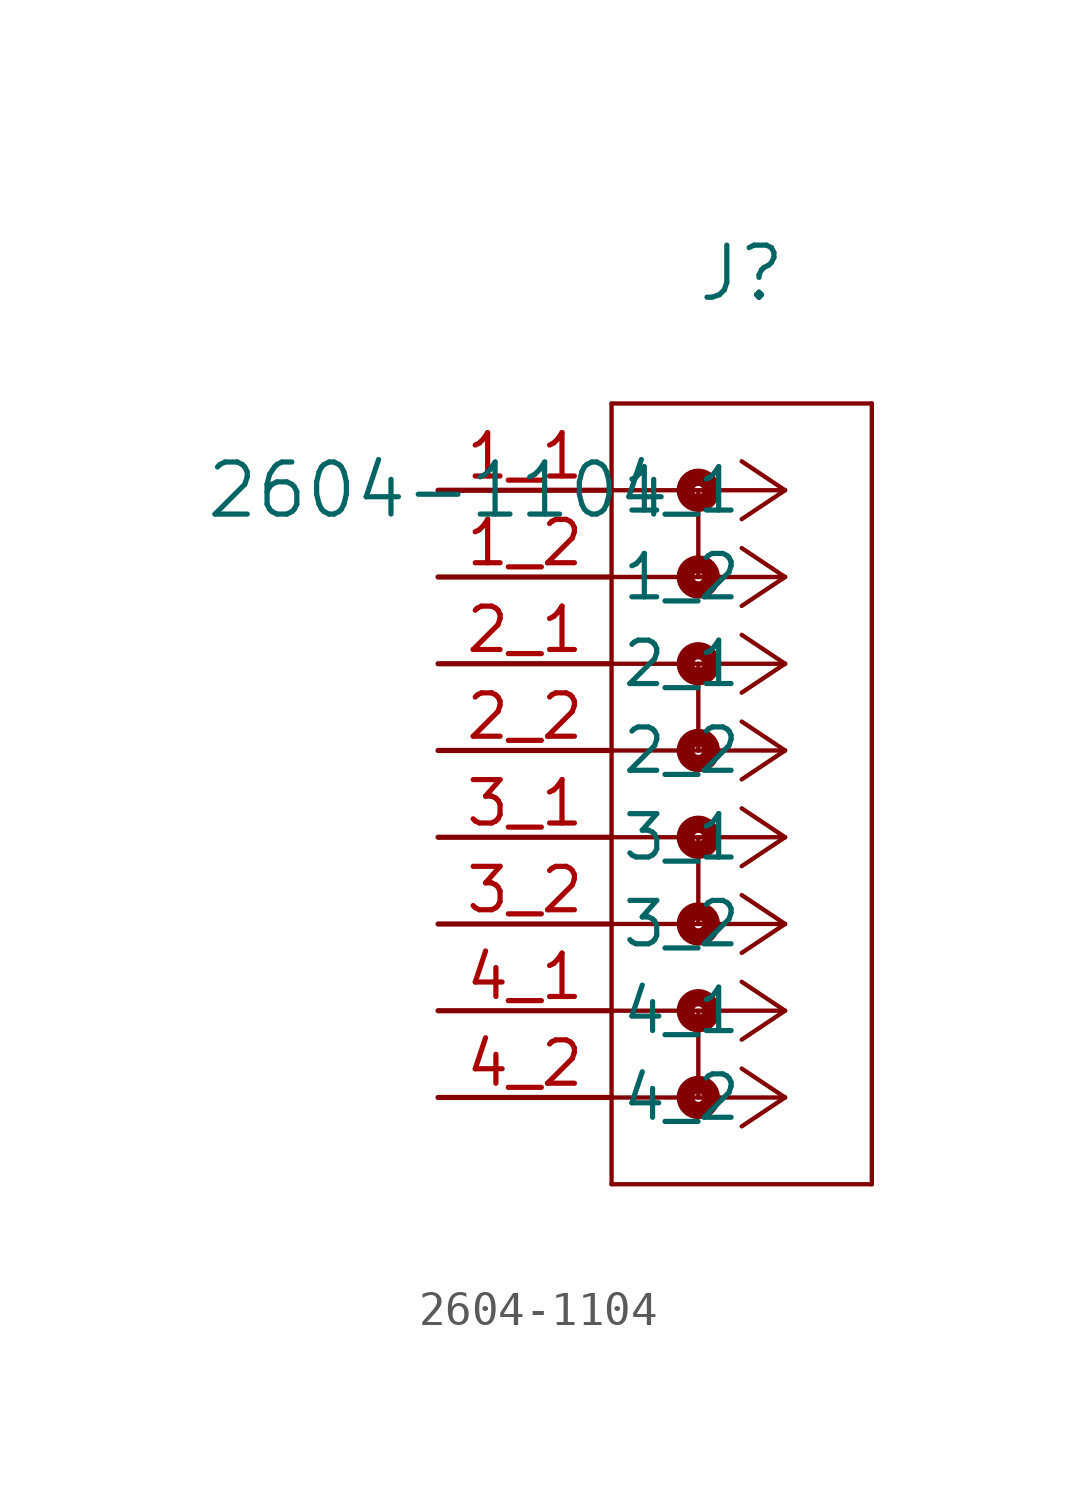
<source format=kicad_sym>
(kicad_symbol_lib
  (version 20211014)
  (generator kicad_symbol_editor)
  (symbol "2604-1104"
    (pin_names
      (offset 0.254))
    (property "Reference" "J"
      (at 8.89 6.35 0)
      (effects (font (size 1.524 1.524))))
    (property "Value" "2604-1104"
      (at 0 0 0)
      (effects (font (size 1.524 1.524))))
    (symbol "2604-1104_0_1"
      (polyline (pts (xy 10.16 0) (xy 5.08 0)) (stroke (width 0.127) (type default) (color 0 0 0 0)) (fill (type none)))
      (polyline (pts (xy 10.16 -2.54) (xy 5.08 -2.54)) (stroke (width 0.127) (type default) (color 0 0 0 0)) (fill (type none)))
      (polyline (pts (xy 10.16 -5.08) (xy 5.08 -5.08)) (stroke (width 0.127) (type default) (color 0 0 0 0)) (fill (type none)))
      (polyline (pts (xy 10.16 -7.62) (xy 5.08 -7.62)) (stroke (width 0.127) (type default) (color 0 0 0 0)) (fill (type none)))
      (polyline (pts (xy 10.16 -10.16) (xy 5.08 -10.16)) (stroke (width 0.127) (type default) (color 0 0 0 0)) (fill (type none)))
      (polyline (pts (xy 10.16 -12.7) (xy 5.08 -12.7)) (stroke (width 0.127) (type default) (color 0 0 0 0)) (fill (type none)))
      (polyline (pts (xy 10.16 -15.24) (xy 5.08 -15.24)) (stroke (width 0.127) (type default) (color 0 0 0 0)) (fill (type none)))
      (polyline (pts (xy 10.16 -17.78) (xy 5.08 -17.78)) (stroke (width 0.127) (type default) (color 0 0 0 0)) (fill (type none)))
      (polyline (pts (xy 10.16 0) (xy 8.89 0.847)) (stroke (width 0.127) (type default) (color 0 0 0 0)) (fill (type none)))
      (polyline (pts (xy 10.16 -2.54) (xy 8.89 -1.693)) (stroke (width 0.127) (type default) (color 0 0 0 0)) (fill (type none)))
      (polyline (pts (xy 10.16 -5.08) (xy 8.89 -4.233)) (stroke (width 0.127) (type default) (color 0 0 0 0)) (fill (type none)))
      (polyline (pts (xy 10.16 -7.62) (xy 8.89 -6.773)) (stroke (width 0.127) (type default) (color 0 0 0 0)) (fill (type none)))
      (polyline (pts (xy 10.16 -10.16) (xy 8.89 -9.313)) (stroke (width 0.127) (type default) (color 0 0 0 0)) (fill (type none)))
      (polyline (pts (xy 10.16 -12.7) (xy 8.89 -11.853)) (stroke (width 0.127) (type default) (color 0 0 0 0)) (fill (type none)))
      (polyline (pts (xy 10.16 -15.24) (xy 8.89 -14.393)) (stroke (width 0.127) (type default) (color 0 0 0 0)) (fill (type none)))
      (polyline (pts (xy 10.16 -17.78) (xy 8.89 -16.933)) (stroke (width 0.127) (type default) (color 0 0 0 0)) (fill (type none)))
      (polyline (pts (xy 10.16 0) (xy 8.89 -0.847)) (stroke (width 0.127) (type default) (color 0 0 0 0)) (fill (type none)))
      (polyline (pts (xy 10.16 -2.54) (xy 8.89 -3.387)) (stroke (width 0.127) (type default) (color 0 0 0 0)) (fill (type none)))
      (polyline (pts (xy 10.16 -5.08) (xy 8.89 -5.927)) (stroke (width 0.127) (type default) (color 0 0 0 0)) (fill (type none)))
      (polyline (pts (xy 10.16 -7.62) (xy 8.89 -8.467)) (stroke (width 0.127) (type default) (color 0 0 0 0)) (fill (type none)))
      (polyline (pts (xy 10.16 -10.16) (xy 8.89 -11.007)) (stroke (width 0.127) (type default) (color 0 0 0 0)) (fill (type none)))
      (polyline (pts (xy 10.16 -12.7) (xy 8.89 -13.547)) (stroke (width 0.127) (type default) (color 0 0 0 0)) (fill (type none)))
      (polyline (pts (xy 10.16 -15.24) (xy 8.89 -16.087)) (stroke (width 0.127) (type default) (color 0 0 0 0)) (fill (type none)))
      (polyline (pts (xy 10.16 -17.78) (xy 8.89 -18.627)) (stroke (width 0.127) (type default) (color 0 0 0 0)) (fill (type none)))
      (polyline (pts (xy 5.08 2.54) (xy 5.08 -20.32)) (stroke (width 0.127) (type default) (color 0 0 0 0)) (fill (type none)))
      (polyline (pts (xy 5.08 -20.32) (xy 12.7 -20.32)) (stroke (width 0.127) (type default) (color 0 0 0 0)) (fill (type none)))
      (polyline (pts (xy 12.7 -20.32) (xy 12.7 2.54)) (stroke (width 0.127) (type default) (color 0 0 0 0)) (fill (type none)))
      (polyline (pts (xy 12.7 2.54) (xy 5.08 2.54)) (stroke (width 0.127) (type default) (color 0 0 0 0)) (fill (type none)))
      (circle (center 7.62 0) (radius 0.127) (stroke (width 0.508) (type default) (color 0 0 0 0)) (fill (type none)))
      (polyline (pts (xy 7.62 0) (xy 7.62 -2.54)) (stroke (width 0.127) (type default) (color 0 0 0 0)) (fill (type none)))
      (circle (center 7.62 -2.54) (radius 0.127) (stroke (width 0.508) (type default) (color 0 0 0 0)) (fill (type none)))
      (circle (center 7.62 -5.08) (radius 0.127) (stroke (width 0.508) (type default) (color 0 0 0 0)) (fill (type none)))
      (polyline (pts (xy 7.62 -5.08) (xy 7.62 -7.62)) (stroke (width 0.127) (type default) (color 0 0 0 0)) (fill (type none)))
      (circle (center 7.62 -7.62) (radius 0.127) (stroke (width 0.508) (type default) (color 0 0 0 0)) (fill (type none)))
      (circle (center 7.62 -10.16) (radius 0.127) (stroke (width 0.508) (type default) (color 0 0 0 0)) (fill (type none)))
      (polyline (pts (xy 7.62 -10.16) (xy 7.62 -12.7)) (stroke (width 0.127) (type default) (color 0 0 0 0)) (fill (type none)))
      (circle (center 7.62 -12.7) (radius 0.127) (stroke (width 0.508) (type default) (color 0 0 0 0)) (fill (type none)))
      (circle (center 7.62 -15.24) (radius 0.127) (stroke (width 0.508) (type default) (color 0 0 0 0)) (fill (type none)))
      (polyline (pts (xy 7.62 -15.24) (xy 7.62 -17.78)) (stroke (width 0.127) (type default) (color 0 0 0 0)) (fill (type none)))
      (circle (center 7.62 -17.78) (radius 0.127) (stroke (width 0.508) (type default) (color 0 0 0 0)) (fill (type none)))
      (pin unspecified line (at 0 0 0) (length 5.08) (name "1_1" (effects (font (size 1.27 1.27)))) (number "1_1" (effects (font (size 1.27 1.27)))))
      (pin unspecified line (at 0 -2.54 0) (length 5.08) (name "1_2" (effects (font (size 1.27 1.27)))) (number "1_2" (effects (font (size 1.27 1.27)))))
      (pin unspecified line (at 0 -5.08 0) (length 5.08) (name "2_1" (effects (font (size 1.27 1.27)))) (number "2_1" (effects (font (size 1.27 1.27)))))
      (pin unspecified line (at 0 -7.62 0) (length 5.08) (name "2_2" (effects (font (size 1.27 1.27)))) (number "2_2" (effects (font (size 1.27 1.27)))))
      (pin unspecified line (at 0 -10.16 0) (length 5.08) (name "3_1" (effects (font (size 1.27 1.27)))) (number "3_1" (effects (font (size 1.27 1.27)))))
      (pin unspecified line (at 0 -12.7 0) (length 5.08) (name "3_2" (effects (font (size 1.27 1.27)))) (number "3_2" (effects (font (size 1.27 1.27)))))
      (pin unspecified line (at 0 -15.24 0) (length 5.08) (name "4_1" (effects (font (size 1.27 1.27)))) (number "4_1" (effects (font (size 1.27 1.27)))))
      (pin unspecified line (at 0 -17.78 0) (length 5.08) (name "4_2" (effects (font (size 1.27 1.27)))) (number "4_2" (effects (font (size 1.27 1.27))))))))
</source>
